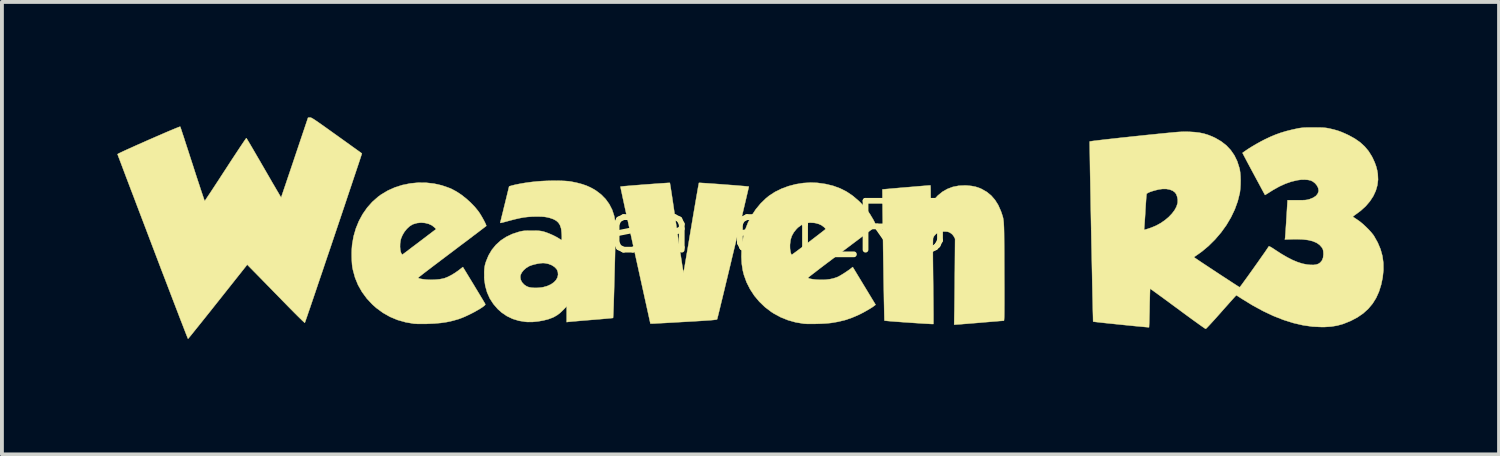
<source format=kicad_pcb>
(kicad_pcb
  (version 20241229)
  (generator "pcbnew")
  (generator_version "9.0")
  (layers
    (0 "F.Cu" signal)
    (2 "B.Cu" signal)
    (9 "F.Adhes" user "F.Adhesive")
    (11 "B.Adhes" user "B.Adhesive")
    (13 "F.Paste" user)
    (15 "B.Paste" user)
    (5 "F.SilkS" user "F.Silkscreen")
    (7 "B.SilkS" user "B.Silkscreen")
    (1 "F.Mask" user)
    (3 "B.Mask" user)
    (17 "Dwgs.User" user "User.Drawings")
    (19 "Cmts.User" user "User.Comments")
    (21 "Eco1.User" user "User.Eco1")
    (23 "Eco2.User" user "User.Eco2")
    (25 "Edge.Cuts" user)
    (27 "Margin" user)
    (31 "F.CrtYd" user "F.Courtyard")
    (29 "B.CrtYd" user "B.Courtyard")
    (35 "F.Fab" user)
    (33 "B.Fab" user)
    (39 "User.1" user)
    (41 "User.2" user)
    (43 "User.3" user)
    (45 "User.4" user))
  (footprint "Weaven_R3"
    (layer "F.Cu")
    (at 16.454 2.86)
    (property "Reference" "Weaven_R3" (at 0 0 0) (layer "F.SilkS") (effects (font (size 1.27 1.27) (thickness 0.15))))
    (attr through_hole)
    (fp_poly (pts (xy 1.743 -1.157) (xy 1.955 -1.127) (xy 2.15 -1.08) (xy 2.331 -1.014) (xy 2.5 -0.929) (xy 2.659 -0.822) (xy 2.812 -0.692) (xy 2.864 -0.642) (xy 2.994 -0.5) (xy 3.103 -0.354) (xy 3.197 -0.197) (xy 3.218 -0.156) (xy 3.276 -0.039) (xy 2.387 0.63) (xy 2.255 0.729) (xy 2.129 0.825) (xy 2.009 0.915) (xy 1.899 0.998) (xy 1.799 1.074) (xy 1.711 1.142) (xy 1.637 1.199) (xy 1.576 1.246) (xy 1.532 1.28) (xy 1.506 1.302) (xy 1.499 1.308) (xy 1.511 1.321) (xy 1.544 1.333) (xy 1.594 1.343) (xy 1.656 1.352) (xy 1.727 1.359) (xy 1.802 1.362) (xy 1.876 1.363) (xy 1.946 1.361) (xy 1.967 1.359) (xy 2.07 1.346) (xy 2.157 1.327) (xy 2.237 1.301) (xy 2.273 1.287) (xy 2.313 1.266) (xy 2.368 1.234) (xy 2.431 1.195) (xy 2.496 1.152) (xy 2.558 1.11) (xy 2.609 1.072) (xy 2.623 1.061) (xy 2.661 1.031) (xy 3.255 2.011) (xy 3.226 2.034) (xy 3.183 2.066) (xy 3.122 2.105) (xy 3.049 2.148) (xy 2.97 2.193) (xy 2.89 2.236) (xy 2.814 2.274) (xy 2.813 2.274) (xy 2.636 2.35) (xy 2.459 2.41) (xy 2.275 2.454) (xy 2.097 2.484) (xy 2.029 2.491) (xy 1.943 2.498) (xy 1.848 2.503) (xy 1.747 2.506) (xy 1.646 2.509) (xy 1.552 2.509) (xy 1.47 2.508) (xy 1.406 2.504) (xy 1.389 2.503) (xy 1.175 2.467) (xy 0.975 2.411) (xy 0.785 2.334) (xy 0.603 2.235) (xy 0.547 2.199) (xy 0.382 2.074) (xy 0.234 1.932) (xy 0.103 1.776) (xy -0.008 1.606) (xy -0.099 1.426) (xy -0.167 1.237) (xy -0.197 1.118) (xy -0.223 0.948) (xy -0.233 0.764) (xy -0.228 0.574) (xy -0.219 0.492) (xy 1.029 0.492) (xy 1.031 0.555) (xy 1.039 0.613) (xy 1.049 0.662) (xy 1.062 0.696) (xy 1.076 0.711) (xy 1.078 0.711) (xy 1.089 0.704) (xy 1.119 0.682) (xy 1.164 0.649) (xy 1.224 0.605) (xy 1.294 0.552) (xy 1.375 0.491) (xy 1.462 0.425) (xy 1.505 0.393) (xy 1.596 0.324) (xy 1.681 0.259) (xy 1.758 0.2) (xy 1.824 0.149) (xy 1.878 0.107) (xy 1.917 0.077) (xy 1.939 0.059) (xy 1.943 0.055) (xy 1.952 0.042) (xy 1.948 0.028) (xy 1.929 0.007) (xy 1.911 -0.009) (xy 1.85 -0.055) (xy 1.781 -0.087) (xy 1.698 -0.11) (xy 1.659 -0.117) (xy 1.542 -0.123) (xy 1.433 -0.106) (xy 1.333 -0.065) (xy 1.241 0.0004) (xy 1.199 0.042) (xy 1.127 0.132) (xy 1.076 0.225) (xy 1.044 0.327) (xy 1.03 0.443) (xy 1.029 0.492) (xy -0.219 0.492) (xy -0.208 0.384) (xy -0.173 0.201) (xy -0.133 0.056) (xy -0.061 -0.126) (xy 0.031 -0.303) (xy 0.141 -0.469) (xy 0.267 -0.621) (xy 0.405 -0.755) (xy 0.489 -0.823) (xy 0.64 -0.921) (xy 0.808 -1.004) (xy 0.989 -1.071) (xy 1.179 -1.121) (xy 1.373 -1.152) (xy 1.567 -1.164) (xy 1.743 -1.157)) (stroke (width 0.01) (type solid)) (fill yes) (layer "F.SilkS"))
    (fp_poly (pts (xy -1.286 -1.156) (xy -1.231 -1.152) (xy -1.159 -1.148) (xy -1.073 -1.142) (xy -0.977 -1.135) (xy -0.872 -1.128) (xy -0.763 -1.12) (xy -0.652 -1.111) (xy -0.542 -1.103) (xy -0.436 -1.095) (xy -0.336 -1.087) (xy -0.246 -1.079) (xy -0.169 -1.073) (xy -0.107 -1.067) (xy -0.064 -1.063) (xy -0.042 -1.06) (xy -0.04 -1.06) (xy -0.042 -1.047) (xy -0.05 -1.011) (xy -0.063 -0.955) (xy -0.081 -0.878) (xy -0.103 -0.784) (xy -0.129 -0.673) (xy -0.158 -0.549) (xy -0.191 -0.411) (xy -0.226 -0.262) (xy -0.263 -0.105) (xy -0.303 0.061) (xy -0.343 0.232) (xy -0.385 0.408) (xy -0.428 0.586) (xy -0.471 0.764) (xy -0.513 0.942) (xy -0.555 1.117) (xy -0.596 1.288) (xy -0.636 1.453) (xy -0.673 1.609) (xy -0.709 1.757) (xy -0.742 1.893) (xy -0.772 2.016) (xy -0.798 2.125) (xy -0.821 2.217) (xy -0.839 2.291) (xy -0.853 2.345) (xy -0.861 2.378) (xy -0.864 2.388) (xy -0.869 2.392) (xy -0.882 2.396) (xy -0.904 2.4) (xy -0.937 2.404) (xy -0.983 2.409) (xy -1.042 2.414) (xy -1.118 2.419) (xy -1.212 2.425) (xy -1.325 2.433) (xy -1.458 2.441) (xy -1.615 2.45) (xy -1.704 2.455) (xy -1.847 2.463) (xy -1.984 2.471) (xy -2.112 2.478) (xy -2.228 2.485) (xy -2.331 2.49) (xy -2.418 2.495) (xy -2.487 2.499) (xy -2.536 2.501) (xy -2.562 2.502) (xy -2.566 2.502) (xy -2.598 2.502) (xy -2.99 0.724) (xy -3.036 0.516) (xy -3.08 0.315) (xy -3.122 0.122) (xy -3.162 -0.062) (xy -3.2 -0.234) (xy -3.235 -0.394) (xy -3.267 -0.54) (xy -3.295 -0.671) (xy -3.32 -0.785) (xy -3.34 -0.881) (xy -3.357 -0.958) (xy -3.368 -1.014) (xy -3.375 -1.049) (xy -3.377 -1.059) (xy -3.363 -1.061) (xy -3.327 -1.065) (xy -3.271 -1.071) (xy -3.199 -1.077) (xy -3.113 -1.084) (xy -3.017 -1.092) (xy -2.913 -1.1) (xy -2.804 -1.109) (xy -2.693 -1.117) (xy -2.584 -1.125) (xy -2.478 -1.133) (xy -2.38 -1.14) (xy -2.291 -1.146) (xy -2.215 -1.151) (xy -2.155 -1.155) (xy -2.114 -1.157) (xy -2.094 -1.157) (xy -2.093 -1.157) (xy -2.09 -1.143) (xy -2.084 -1.107) (xy -2.074 -1.048) (xy -2.062 -0.97) (xy -2.047 -0.874) (xy -2.03 -0.761) (xy -2.011 -0.634) (xy -1.99 -0.493) (xy -1.968 -0.342) (xy -1.945 -0.182) (xy -1.92 -0.014) (xy -1.915 0.022) (xy -1.891 0.191) (xy -1.867 0.352) (xy -1.845 0.504) (xy -1.824 0.644) (xy -1.804 0.771) (xy -1.787 0.884) (xy -1.772 0.981) (xy -1.759 1.06) (xy -1.749 1.119) (xy -1.742 1.157) (xy -1.738 1.172) (xy -1.737 1.172) (xy -1.734 1.156) (xy -1.727 1.117) (xy -1.716 1.057) (xy -1.702 0.977) (xy -1.685 0.879) (xy -1.666 0.765) (xy -1.644 0.637) (xy -1.62 0.497) (xy -1.595 0.345) (xy -1.568 0.185) (xy -1.54 0.018) (xy -1.537 0) (xy -1.509 -0.168) (xy -1.482 -0.328) (xy -1.456 -0.479) (xy -1.432 -0.62) (xy -1.41 -0.748) (xy -1.39 -0.862) (xy -1.373 -0.96) (xy -1.359 -1.04) (xy -1.347 -1.101) (xy -1.34 -1.14) (xy -1.336 -1.157) (xy -1.336 -1.157) (xy -1.322 -1.157) (xy -1.286 -1.156)) (stroke (width 0.01) (type solid)) (fill yes) (layer "F.SilkS"))
    (fp_poly (pts (xy -8.427 -1.16) (xy -8.221 -1.137) (xy -8.019 -1.091) (xy -7.824 -1.023) (xy -7.761 -0.996) (xy -7.64 -0.931) (xy -7.514 -0.848) (xy -7.389 -0.75) (xy -7.27 -0.643) (xy -7.162 -0.531) (xy -7.071 -0.419) (xy -7.05 -0.389) (xy -7.018 -0.34) (xy -6.984 -0.284) (xy -6.95 -0.224) (xy -6.919 -0.167) (xy -6.893 -0.115) (xy -6.874 -0.073) (xy -6.865 -0.046) (xy -6.864 -0.038) (xy -6.875 -0.029) (xy -6.905 -0.006) (xy -6.952 0.03) (xy -7.015 0.078) (xy -7.092 0.137) (xy -7.183 0.205) (xy -7.284 0.282) (xy -7.396 0.367) (xy -7.517 0.457) (xy -7.644 0.553) (xy -7.753 0.636) (xy -7.885 0.735) (xy -8.011 0.83) (xy -8.13 0.92) (xy -8.24 1.003) (xy -8.339 1.079) (xy -8.426 1.145) (xy -8.501 1.202) (xy -8.56 1.249) (xy -8.603 1.282) (xy -8.629 1.303) (xy -8.636 1.31) (xy -8.624 1.321) (xy -8.59 1.332) (xy -8.538 1.343) (xy -8.472 1.352) (xy -8.402 1.359) (xy -8.296 1.363) (xy -8.186 1.359) (xy -8.08 1.349) (xy -7.986 1.331) (xy -7.948 1.321) (xy -7.869 1.29) (xy -7.78 1.245) (xy -7.685 1.188) (xy -7.592 1.124) (xy -7.568 1.105) (xy -7.472 1.031) (xy -7.184 1.504) (xy -7.124 1.604) (xy -7.067 1.698) (xy -7.016 1.783) (xy -6.971 1.857) (xy -6.935 1.918) (xy -6.908 1.963) (xy -6.893 1.991) (xy -6.889 1.998) (xy -6.895 2.016) (xy -6.922 2.042) (xy -6.965 2.074) (xy -7.023 2.112) (xy -7.093 2.153) (xy -7.17 2.197) (xy -7.253 2.24) (xy -7.337 2.281) (xy -7.421 2.32) (xy -7.501 2.353) (xy -7.574 2.38) (xy -7.592 2.386) (xy -7.739 2.428) (xy -7.889 2.461) (xy -8.046 2.484) (xy -8.216 2.499) (xy -8.405 2.507) (xy -8.414 2.508) (xy -8.497 2.509) (xy -8.578 2.509) (xy -8.651 2.508) (xy -8.71 2.505) (xy -8.744 2.503) (xy -8.964 2.465) (xy -9.172 2.406) (xy -9.368 2.324) (xy -9.551 2.22) (xy -9.723 2.094) (xy -9.825 2.003) (xy -9.971 1.847) (xy -10.095 1.678) (xy -10.197 1.498) (xy -10.275 1.308) (xy -10.33 1.106) (xy -10.344 1.037) (xy -10.353 0.964) (xy -10.359 0.873) (xy -10.362 0.771) (xy -10.363 0.666) (xy -10.36 0.565) (xy -10.355 0.505) (xy -9.106 0.505) (xy -9.1 0.581) (xy -9.087 0.642) (xy -9.08 0.659) (xy -9.064 0.691) (xy -9.052 0.705) (xy -9.039 0.703) (xy -9.03 0.697) (xy -9.015 0.686) (xy -8.981 0.661) (xy -8.932 0.624) (xy -8.87 0.577) (xy -8.797 0.521) (xy -8.714 0.459) (xy -8.625 0.392) (xy -8.586 0.362) (xy -8.167 0.044) (xy -8.208 0.003) (xy -8.277 -0.052) (xy -8.362 -0.091) (xy -8.458 -0.115) (xy -8.56 -0.123) (xy -8.661 -0.113) (xy -8.758 -0.085) (xy -8.783 -0.075) (xy -8.857 -0.029) (xy -8.928 0.037) (xy -8.992 0.116) (xy -9.044 0.204) (xy -9.081 0.294) (xy -9.093 0.341) (xy -9.104 0.423) (xy -9.106 0.505) (xy -10.355 0.505) (xy -10.353 0.474) (xy -10.35 0.444) (xy -10.313 0.232) (xy -10.254 0.029) (xy -10.175 -0.164) (xy -10.077 -0.345) (xy -9.961 -0.511) (xy -9.828 -0.661) (xy -9.679 -0.793) (xy -9.6 -0.851) (xy -9.426 -0.955) (xy -9.239 -1.039) (xy -9.044 -1.101) (xy -8.841 -1.142) (xy -8.635 -1.162) (xy -8.427 -1.16)) (stroke (width 0.01) (type solid)) (fill yes) (layer "F.SilkS"))
    (fp_poly (pts (xy 4.682 -1.08) (xy 4.684 -1.047) (xy 4.685 -0.996) (xy 4.686 -0.932) (xy 4.686 -0.864) (xy 4.687 -0.791) (xy 4.689 -0.727) (xy 4.691 -0.677) (xy 4.694 -0.645) (xy 4.697 -0.635) (xy 4.71 -0.644) (xy 4.733 -0.669) (xy 4.761 -0.703) (xy 4.761 -0.703) (xy 4.869 -0.824) (xy 4.989 -0.923) (xy 5.12 -0.998) (xy 5.263 -1.052) (xy 5.417 -1.082) (xy 5.582 -1.09) (xy 5.626 -1.088) (xy 5.749 -1.076) (xy 5.857 -1.055) (xy 5.958 -1.021) (xy 6.014 -0.996) (xy 6.145 -0.921) (xy 6.26 -0.827) (xy 6.359 -0.713) (xy 6.443 -0.579) (xy 6.511 -0.425) (xy 6.529 -0.376) (xy 6.539 -0.344) (xy 6.549 -0.315) (xy 6.557 -0.288) (xy 6.565 -0.261) (xy 6.571 -0.232) (xy 6.576 -0.2) (xy 6.581 -0.163) (xy 6.585 -0.12) (xy 6.588 -0.068) (xy 6.591 -0.006) (xy 6.593 0.067) (xy 6.595 0.153) (xy 6.596 0.254) (xy 6.597 0.371) (xy 6.598 0.506) (xy 6.599 0.661) (xy 6.599 0.838) (xy 6.6 1.037) (xy 6.6 1.146) (xy 6.601 1.361) (xy 6.602 1.551) (xy 6.602 1.719) (xy 6.602 1.865) (xy 6.602 1.99) (xy 6.601 2.097) (xy 6.601 2.187) (xy 6.6 2.259) (xy 6.599 2.317) (xy 6.597 2.361) (xy 6.595 2.393) (xy 6.593 2.413) (xy 6.591 2.424) (xy 6.589 2.426) (xy 6.573 2.427) (xy 6.535 2.43) (xy 6.476 2.434) (xy 6.4 2.441) (xy 6.308 2.448) (xy 6.204 2.457) (xy 6.09 2.466) (xy 5.969 2.477) (xy 5.847 2.487) (xy 5.731 2.496) (xy 5.625 2.505) (xy 5.532 2.512) (xy 5.453 2.519) (xy 5.391 2.523) (xy 5.35 2.526) (xy 5.331 2.527) (xy 5.297 2.527) (xy 5.302 2.226) (xy 5.304 2.158) (xy 5.305 2.068) (xy 5.306 1.959) (xy 5.308 1.834) (xy 5.309 1.698) (xy 5.311 1.553) (xy 5.312 1.402) (xy 5.313 1.249) (xy 5.315 1.11) (xy 5.321 0.296) (xy 5.292 0.24) (xy 5.252 0.185) (xy 5.202 0.146) (xy 5.167 0.127) (xy 5.136 0.115) (xy 5.099 0.11) (xy 5.049 0.108) (xy 5.037 0.108) (xy 4.97 0.11) (xy 4.921 0.119) (xy 4.885 0.132) (xy 4.823 0.173) (xy 4.776 0.224) (xy 4.75 0.277) (xy 4.748 0.297) (xy 4.746 0.338) (xy 4.745 0.401) (xy 4.744 0.486) (xy 4.744 0.593) (xy 4.744 0.723) (xy 4.745 0.877) (xy 4.747 1.054) (xy 4.749 1.256) (xy 4.751 1.414) (xy 4.753 1.578) (xy 4.754 1.735) (xy 4.756 1.883) (xy 4.757 2.019) (xy 4.758 2.143) (xy 4.759 2.252) (xy 4.759 2.344) (xy 4.759 2.418) (xy 4.759 2.472) (xy 4.758 2.504) (xy 4.757 2.512) (xy 4.743 2.512) (xy 4.707 2.511) (xy 4.652 2.508) (xy 4.58 2.504) (xy 4.494 2.499) (xy 4.398 2.493) (xy 4.294 2.486) (xy 4.186 2.479) (xy 4.076 2.471) (xy 3.967 2.464) (xy 3.862 2.456) (xy 3.764 2.449) (xy 3.677 2.442) (xy 3.602 2.436) (xy 3.544 2.43) (xy 3.504 2.426) (xy 3.486 2.423) (xy 3.486 2.423) (xy 3.485 2.41) (xy 3.483 2.373) (xy 3.482 2.314) (xy 3.48 2.236) (xy 3.478 2.139) (xy 3.476 2.026) (xy 3.473 1.898) (xy 3.471 1.757) (xy 3.468 1.605) (xy 3.465 1.444) (xy 3.462 1.276) (xy 3.46 1.102) (xy 3.457 0.924) (xy 3.454 0.744) (xy 3.451 0.564) (xy 3.449 0.385) (xy 3.446 0.21) (xy 3.443 0.04) (xy 3.441 -0.123) (xy 3.439 -0.278) (xy 3.437 -0.422) (xy 3.436 -0.554) (xy 3.434 -0.671) (xy 3.433 -0.773) (xy 3.433 -0.857) (xy 3.432 -0.921) (xy 3.432 -0.965) (xy 3.433 -0.985) (xy 3.433 -0.986) (xy 3.446 -0.988) (xy 3.481 -0.991) (xy 3.535 -0.996) (xy 3.606 -1.002) (xy 3.69 -1.01) (xy 3.785 -1.018) (xy 3.888 -1.027) (xy 3.995 -1.036) (xy 4.104 -1.045) (xy 4.211 -1.054) (xy 4.315 -1.063) (xy 4.411 -1.071) (xy 4.497 -1.078) (xy 4.57 -1.084) (xy 4.626 -1.089) (xy 4.664 -1.091) (xy 4.679 -1.092) (xy 4.682 -1.08)) (stroke (width 0.01) (type solid)) (fill yes) (layer "F.SilkS"))
    (fp_poly (pts (xy -4.921 -1.211) (xy -4.814 -1.206) (xy -4.723 -1.199) (xy -4.661 -1.19) (xy -4.509 -1.159) (xy -4.377 -1.124) (xy -4.26 -1.084) (xy -4.155 -1.037) (xy -4.055 -0.982) (xy -4.016 -0.958) (xy -3.879 -0.854) (xy -3.762 -0.735) (xy -3.667 -0.603) (xy -3.592 -0.457) (xy -3.54 -0.298) (xy -3.51 -0.128) (xy -3.507 -0.1) (xy -3.506 -0.073) (xy -3.506 -0.024) (xy -3.506 0.046) (xy -3.507 0.133) (xy -3.509 0.235) (xy -3.511 0.351) (xy -3.513 0.479) (xy -3.516 0.616) (xy -3.519 0.761) (xy -3.523 0.91) (xy -3.527 1.062) (xy -3.531 1.216) (xy -3.535 1.368) (xy -3.539 1.516) (xy -3.543 1.66) (xy -3.547 1.795) (xy -3.551 1.921) (xy -3.554 2.035) (xy -3.558 2.135) (xy -3.561 2.218) (xy -3.564 2.284) (xy -3.567 2.329) (xy -3.569 2.352) (xy -3.569 2.354) (xy -3.583 2.356) (xy -3.619 2.36) (xy -3.675 2.365) (xy -3.749 2.372) (xy -3.838 2.38) (xy -3.94 2.389) (xy -4.051 2.398) (xy -4.14 2.405) (xy -4.259 2.415) (xy -4.37 2.424) (xy -4.472 2.433) (xy -4.562 2.441) (xy -4.636 2.447) (xy -4.693 2.453) (xy -4.729 2.456) (xy -4.74 2.457) (xy -4.775 2.463) (xy -4.775 2.052) (xy -4.861 2.142) (xy -4.942 2.22) (xy -5.021 2.28) (xy -5.105 2.329) (xy -5.14 2.345) (xy -5.253 2.387) (xy -5.383 2.42) (xy -5.521 2.444) (xy -5.659 2.458) (xy -5.788 2.459) (xy -5.842 2.455) (xy -6.018 2.427) (xy -6.18 2.377) (xy -6.33 2.305) (xy -6.468 2.211) (xy -6.567 2.122) (xy -6.68 1.991) (xy -6.773 1.847) (xy -6.843 1.69) (xy -6.89 1.523) (xy -6.916 1.345) (xy -6.916 1.292) (xy -5.981 1.292) (xy -5.969 1.362) (xy -5.935 1.428) (xy -5.883 1.486) (xy -5.817 1.531) (xy -5.762 1.553) (xy -5.692 1.567) (xy -5.606 1.573) (xy -5.514 1.571) (xy -5.423 1.561) (xy -5.387 1.555) (xy -5.28 1.525) (xy -5.187 1.483) (xy -5.11 1.43) (xy -5.052 1.37) (xy -5.014 1.303) (xy -4.998 1.231) (xy -5.003 1.166) (xy -5.016 1.124) (xy -5.035 1.086) (xy -5.039 1.081) (xy -5.094 1.026) (xy -5.167 0.98) (xy -5.252 0.948) (xy -5.343 0.93) (xy -5.391 0.927) (xy -5.455 0.932) (xy -5.532 0.944) (xy -5.611 0.962) (xy -5.685 0.983) (xy -5.744 1.005) (xy -5.752 1.009) (xy -5.83 1.057) (xy -5.896 1.115) (xy -5.944 1.177) (xy -5.974 1.241) (xy -5.981 1.292) (xy -6.916 1.292) (xy -6.918 1.163) (xy -6.914 1.087) (xy -6.907 1.026) (xy -6.896 0.971) (xy -6.879 0.913) (xy -6.871 0.889) (xy -6.805 0.728) (xy -6.719 0.583) (xy -6.614 0.455) (xy -6.491 0.343) (xy -6.349 0.249) (xy -6.19 0.173) (xy -6.022 0.118) (xy -5.973 0.105) (xy -5.929 0.096) (xy -5.885 0.09) (xy -5.835 0.087) (xy -5.771 0.085) (xy -5.689 0.085) (xy -5.683 0.085) (xy -5.597 0.085) (xy -5.531 0.087) (xy -5.478 0.091) (xy -5.434 0.097) (xy -5.392 0.106) (xy -5.368 0.112) (xy -5.295 0.136) (xy -5.211 0.169) (xy -5.125 0.207) (xy -5.045 0.248) (xy -4.98 0.286) (xy -4.971 0.292) (xy -4.938 0.313) (xy -4.915 0.327) (xy -4.908 0.33) (xy -4.903 0.319) (xy -4.901 0.287) (xy -4.901 0.242) (xy -4.903 0.189) (xy -4.907 0.134) (xy -4.912 0.081) (xy -4.918 0.038) (xy -4.922 0.019) (xy -4.949 -0.059) (xy -4.989 -0.122) (xy -5.044 -0.172) (xy -5.116 -0.212) (xy -5.21 -0.245) (xy -5.251 -0.255) (xy -5.306 -0.267) (xy -5.359 -0.275) (xy -5.418 -0.279) (xy -5.49 -0.281) (xy -5.563 -0.282) (xy -5.677 -0.279) (xy -5.783 -0.272) (xy -5.886 -0.26) (xy -5.994 -0.24) (xy -6.113 -0.213) (xy -6.234 -0.182) (xy -6.323 -0.158) (xy -6.389 -0.14) (xy -6.438 -0.127) (xy -6.47 -0.12) (xy -6.49 -0.116) (xy -6.499 -0.117) (xy -6.502 -0.122) (xy -6.5 -0.129) (xy -6.498 -0.135) (xy -6.494 -0.152) (xy -6.484 -0.192) (xy -6.47 -0.25) (xy -6.452 -0.324) (xy -6.43 -0.411) (xy -6.407 -0.508) (xy -6.381 -0.612) (xy -6.381 -0.612) (xy -6.27 -1.066) (xy -6.205 -1.085) (xy -6.111 -1.109) (xy -5.995 -1.132) (xy -5.863 -1.155) (xy -5.72 -1.175) (xy -5.653 -1.183) (xy -5.543 -1.194) (xy -5.422 -1.203) (xy -5.295 -1.209) (xy -5.166 -1.212) (xy -5.039 -1.213) (xy -4.921 -1.211)) (stroke (width 0.01) (type solid)) (fill yes) (layer "F.SilkS"))
    (fp_poly (pts (xy -11.441 -2.855) (xy -11.428 -2.853) (xy -11.412 -2.847) (xy -11.391 -2.836) (xy -11.363 -2.82) (xy -11.327 -2.797) (xy -11.281 -2.766) (xy -11.224 -2.727) (xy -11.153 -2.677) (xy -11.068 -2.617) (xy -10.967 -2.545) (xy -10.847 -2.459) (xy -10.754 -2.393) (xy -10.64 -2.311) (xy -10.532 -2.234) (xy -10.432 -2.162) (xy -10.342 -2.097) (xy -10.263 -2.041) (xy -10.198 -1.994) (xy -10.147 -1.958) (xy -10.114 -1.933) (xy -10.098 -1.923) (xy -10.098 -1.922) (xy -10.101 -1.91) (xy -10.112 -1.875) (xy -10.13 -1.819) (xy -10.155 -1.743) (xy -10.186 -1.649) (xy -10.223 -1.539) (xy -10.265 -1.413) (xy -10.312 -1.273) (xy -10.363 -1.12) (xy -10.418 -0.957) (xy -10.476 -0.784) (xy -10.536 -0.603) (xy -10.599 -0.416) (xy -10.664 -0.223) (xy -10.73 -0.027) (xy -10.797 0.172) (xy -10.864 0.371) (xy -10.931 0.57) (xy -10.998 0.766) (xy -11.063 0.959) (xy -11.126 1.147) (xy -11.188 1.328) (xy -11.247 1.502) (xy -11.302 1.666) (xy -11.354 1.819) (xy -11.402 1.96) (xy -11.445 2.087) (xy -11.484 2.199) (xy -11.516 2.294) (xy -11.543 2.372) (xy -11.563 2.429) (xy -11.576 2.466) (xy -11.581 2.48) (xy -11.581 2.48) (xy -11.592 2.473) (xy -11.618 2.449) (xy -11.659 2.411) (xy -11.712 2.359) (xy -11.776 2.296) (xy -11.85 2.222) (xy -11.931 2.14) (xy -12.018 2.052) (xy -12.053 2.016) (xy -12.154 1.913) (xy -12.26 1.804) (xy -12.367 1.695) (xy -12.472 1.587) (xy -12.572 1.485) (xy -12.664 1.391) (xy -12.743 1.31) (xy -12.796 1.256) (xy -13.078 0.969) (xy -13.842 1.932) (xy -13.951 2.069) (xy -14.055 2.2) (xy -14.154 2.324) (xy -14.246 2.439) (xy -14.33 2.544) (xy -14.406 2.638) (xy -14.472 2.72) (xy -14.526 2.788) (xy -14.569 2.84) (xy -14.599 2.876) (xy -14.614 2.894) (xy -14.616 2.896) (xy -14.622 2.884) (xy -14.636 2.85) (xy -14.658 2.794) (xy -14.688 2.718) (xy -14.725 2.622) (xy -14.769 2.508) (xy -14.82 2.378) (xy -14.876 2.231) (xy -14.938 2.07) (xy -15.005 1.895) (xy -15.077 1.707) (xy -15.153 1.508) (xy -15.233 1.299) (xy -15.317 1.081) (xy -15.403 0.854) (xy -15.492 0.621) (xy -15.536 0.505) (xy -15.626 0.268) (xy -15.713 0.038) (xy -15.798 -0.185) (xy -15.88 -0.4) (xy -15.958 -0.605) (xy -16.031 -0.799) (xy -16.101 -0.981) (xy -16.165 -1.15) (xy -16.224 -1.305) (xy -16.277 -1.445) (xy -16.323 -1.568) (xy -16.363 -1.674) (xy -16.396 -1.761) (xy -16.422 -1.829) (xy -16.439 -1.875) (xy -16.448 -1.899) (xy -16.449 -1.903) (xy -16.438 -1.91) (xy -16.407 -1.927) (xy -16.356 -1.951) (xy -16.289 -1.983) (xy -16.208 -2.02) (xy -16.114 -2.062) (xy -16.011 -2.109) (xy -15.901 -2.158) (xy -15.785 -2.209) (xy -15.666 -2.262) (xy -15.547 -2.314) (xy -15.43 -2.365) (xy -15.316 -2.414) (xy -15.209 -2.461) (xy -15.11 -2.503) (xy -15.022 -2.54) (xy -14.947 -2.571) (xy -14.887 -2.595) (xy -14.845 -2.611) (xy -14.823 -2.618) (xy -14.82 -2.618) (xy -14.815 -2.605) (xy -14.803 -2.57) (xy -14.784 -2.514) (xy -14.76 -2.439) (xy -14.729 -2.348) (xy -14.695 -2.241) (xy -14.656 -2.121) (xy -14.613 -1.99) (xy -14.568 -1.85) (xy -14.52 -1.702) (xy -14.502 -1.648) (xy -14.454 -1.498) (xy -14.408 -1.355) (xy -14.364 -1.221) (xy -14.323 -1.098) (xy -14.287 -0.987) (xy -14.255 -0.891) (xy -14.228 -0.811) (xy -14.207 -0.75) (xy -14.193 -0.708) (xy -14.185 -0.688) (xy -14.184 -0.686) (xy -14.176 -0.696) (xy -14.155 -0.726) (xy -14.123 -0.775) (xy -14.08 -0.839) (xy -14.027 -0.918) (xy -13.966 -1.011) (xy -13.898 -1.115) (xy -13.823 -1.229) (xy -13.744 -1.351) (xy -13.66 -1.48) (xy -13.644 -1.504) (xy -13.56 -1.634) (xy -13.479 -1.758) (xy -13.403 -1.873) (xy -13.333 -1.979) (xy -13.271 -2.073) (xy -13.216 -2.155) (xy -13.171 -2.222) (xy -13.136 -2.273) (xy -13.113 -2.306) (xy -13.102 -2.319) (xy -13.101 -2.32) (xy -13.093 -2.308) (xy -13.073 -2.277) (xy -13.043 -2.227) (xy -13.003 -2.16) (xy -12.955 -2.078) (xy -12.9 -1.984) (xy -12.838 -1.877) (xy -12.77 -1.761) (xy -12.699 -1.638) (xy -12.645 -1.545) (xy -12.571 -1.417) (xy -12.501 -1.296) (xy -12.436 -1.183) (xy -12.376 -1.081) (xy -12.323 -0.99) (xy -12.278 -0.914) (xy -12.242 -0.852) (xy -12.216 -0.808) (xy -12.201 -0.783) (xy -12.197 -0.778) (xy -12.192 -0.791) (xy -12.18 -0.825) (xy -12.161 -0.881) (xy -12.136 -0.955) (xy -12.105 -1.046) (xy -12.069 -1.152) (xy -12.029 -1.272) (xy -11.984 -1.404) (xy -11.936 -1.546) (xy -11.885 -1.697) (xy -11.845 -1.817) (xy -11.497 -2.851) (xy -11.451 -2.855) (xy -11.441 -2.855)) (stroke (width 0.01) (type solid)) (fill yes) (layer "F.SilkS"))
    (fp_poly (pts (xy 14.736 -2.596) (xy 14.814 -2.595) (xy 14.876 -2.593) (xy 14.928 -2.589) (xy 14.974 -2.584) (xy 15.018 -2.576) (xy 15.062 -2.567) (xy 15.172 -2.541) (xy 15.27 -2.513) (xy 15.366 -2.478) (xy 15.467 -2.434) (xy 15.551 -2.395) (xy 15.711 -2.307) (xy 15.849 -2.211) (xy 15.967 -2.103) (xy 16.068 -1.983) (xy 16.153 -1.847) (xy 16.178 -1.799) (xy 16.229 -1.686) (xy 16.266 -1.584) (xy 16.292 -1.483) (xy 16.308 -1.389) (xy 16.315 -1.241) (xy 16.297 -1.095) (xy 16.256 -0.952) (xy 16.191 -0.812) (xy 16.104 -0.679) (xy 15.996 -0.552) (xy 15.866 -0.434) (xy 15.77 -0.362) (xy 15.725 -0.33) (xy 15.689 -0.303) (xy 15.666 -0.285) (xy 15.66 -0.279) (xy 15.67 -0.27) (xy 15.697 -0.251) (xy 15.737 -0.225) (xy 15.77 -0.203) (xy 15.84 -0.154) (xy 15.917 -0.091) (xy 15.995 -0.019) (xy 16.071 0.056) (xy 16.138 0.13) (xy 16.192 0.197) (xy 16.209 0.222) (xy 16.306 0.394) (xy 16.379 0.566) (xy 16.428 0.742) (xy 16.453 0.924) (xy 16.455 1.111) (xy 16.434 1.307) (xy 16.396 1.489) (xy 16.339 1.671) (xy 16.265 1.835) (xy 16.172 1.984) (xy 16.06 2.117) (xy 15.929 2.236) (xy 15.777 2.34) (xy 15.604 2.431) (xy 15.41 2.509) (xy 15.397 2.513) (xy 15.256 2.552) (xy 15.101 2.578) (xy 14.93 2.589) (xy 14.853 2.59) (xy 14.612 2.579) (xy 14.367 2.544) (xy 14.116 2.486) (xy 13.858 2.405) (xy 13.594 2.301) (xy 13.323 2.173) (xy 13.045 2.021) (xy 12.758 1.845) (xy 12.758 1.845) (xy 12.633 1.764) (xy 12.606 1.79) (xy 12.592 1.805) (xy 12.563 1.837) (xy 12.521 1.884) (xy 12.468 1.943) (xy 12.406 2.013) (xy 12.336 2.091) (xy 12.261 2.176) (xy 12.217 2.226) (xy 12.14 2.312) (xy 12.068 2.393) (xy 12.002 2.465) (xy 11.945 2.527) (xy 11.898 2.577) (xy 11.863 2.614) (xy 11.841 2.634) (xy 11.836 2.637) (xy 11.823 2.631) (xy 11.791 2.61) (xy 11.742 2.576) (xy 11.678 2.531) (xy 11.601 2.475) (xy 11.511 2.411) (xy 11.411 2.338) (xy 11.303 2.259) (xy 11.188 2.174) (xy 11.107 2.114) (xy 10.988 2.027) (xy 10.876 1.944) (xy 10.771 1.867) (xy 10.675 1.797) (xy 10.591 1.736) (xy 10.519 1.684) (xy 10.462 1.642) (xy 10.42 1.613) (xy 10.396 1.597) (xy 10.391 1.594) (xy 10.389 1.607) (xy 10.388 1.643) (xy 10.386 1.699) (xy 10.384 1.772) (xy 10.382 1.86) (xy 10.379 1.959) (xy 10.377 2.066) (xy 10.377 2.095) (xy 10.375 2.204) (xy 10.372 2.306) (xy 10.37 2.397) (xy 10.368 2.474) (xy 10.365 2.535) (xy 10.363 2.576) (xy 10.362 2.596) (xy 10.361 2.597) (xy 10.348 2.597) (xy 10.312 2.594) (xy 10.257 2.589) (xy 10.184 2.582) (xy 10.097 2.574) (xy 9.999 2.565) (xy 9.892 2.554) (xy 9.778 2.543) (xy 9.662 2.531) (xy 9.544 2.519) (xy 9.429 2.507) (xy 9.319 2.496) (xy 9.216 2.485) (xy 9.124 2.475) (xy 9.045 2.466) (xy 8.981 2.459) (xy 8.937 2.453) (xy 8.913 2.45) (xy 8.91 2.449) (xy 8.909 2.436) (xy 8.908 2.399) (xy 8.907 2.339) (xy 8.905 2.259) (xy 8.902 2.16) (xy 8.9 2.043) (xy 8.897 1.909) (xy 8.893 1.761) (xy 8.89 1.6) (xy 8.886 1.427) (xy 8.883 1.244) (xy 8.879 1.053) (xy 8.875 0.854) (xy 8.871 0.651) (xy 8.866 0.443) (xy 8.862 0.232) (xy 8.859 0.065) (xy 10.233 0.065) (xy 10.269 0.056) (xy 10.297 0.048) (xy 10.342 0.034) (xy 10.395 0.016) (xy 10.421 0.007) (xy 10.546 -0.045) (xy 10.664 -0.11) (xy 10.774 -0.185) (xy 10.873 -0.268) (xy 10.958 -0.357) (xy 11.027 -0.448) (xy 11.076 -0.539) (xy 11.104 -0.628) (xy 11.107 -0.65) (xy 11.108 -0.721) (xy 11.095 -0.793) (xy 11.072 -0.857) (xy 11.04 -0.905) (xy 10.981 -0.951) (xy 10.903 -0.982) (xy 10.813 -0.999) (xy 10.712 -0.999) (xy 10.617 -0.986) (xy 10.531 -0.965) (xy 10.453 -0.943) (xy 10.388 -0.921) (xy 10.338 -0.899) (xy 10.308 -0.88) (xy 10.3 -0.87) (xy 10.297 -0.852) (xy 10.293 -0.811) (xy 10.288 -0.751) (xy 10.283 -0.677) (xy 10.277 -0.591) (xy 10.271 -0.496) (xy 10.269 -0.47) (xy 10.264 -0.37) (xy 10.258 -0.275) (xy 10.252 -0.188) (xy 10.247 -0.114) (xy 10.243 -0.056) (xy 10.24 -0.019) (xy 10.24 -0.015) (xy 10.233 0.065) (xy 8.859 0.065) (xy 8.858 0.021) (xy 8.854 -0.189) (xy 8.85 -0.398) (xy 8.846 -0.603) (xy 8.843 -0.802) (xy 8.839 -0.995) (xy 8.836 -1.179) (xy 8.832 -1.354) (xy 8.829 -1.517) (xy 8.827 -1.668) (xy 8.825 -1.804) (xy 8.823 -1.924) (xy 8.821 -2.026) (xy 8.82 -2.11) (xy 8.819 -2.173) (xy 8.819 -2.214) (xy 8.819 -2.232) (xy 8.819 -2.232) (xy 8.833 -2.235) (xy 8.871 -2.241) (xy 8.93 -2.249) (xy 9.009 -2.258) (xy 9.105 -2.27) (xy 9.217 -2.283) (xy 9.343 -2.297) (xy 9.481 -2.312) (xy 9.629 -2.329) (xy 9.785 -2.345) (xy 9.947 -2.363) (xy 10.114 -2.38) (xy 10.283 -2.398) (xy 10.452 -2.415) (xy 10.503 -2.42) (xy 10.658 -2.436) (xy 10.791 -2.449) (xy 10.904 -2.46) (xy 10.999 -2.469) (xy 11.079 -2.476) (xy 11.146 -2.481) (xy 11.204 -2.484) (xy 11.254 -2.486) (xy 11.299 -2.487) (xy 11.342 -2.487) (xy 11.386 -2.485) (xy 11.398 -2.485) (xy 11.544 -2.476) (xy 11.672 -2.461) (xy 11.788 -2.437) (xy 11.899 -2.403) (xy 12.011 -2.358) (xy 12.084 -2.324) (xy 12.237 -2.235) (xy 12.371 -2.131) (xy 12.485 -2.01) (xy 12.58 -1.873) (xy 12.654 -1.721) (xy 12.708 -1.553) (xy 12.72 -1.505) (xy 12.732 -1.426) (xy 12.74 -1.329) (xy 12.743 -1.222) (xy 12.741 -1.113) (xy 12.735 -1.009) (xy 12.725 -0.917) (xy 12.72 -0.889) (xy 12.667 -0.677) (xy 12.591 -0.467) (xy 12.492 -0.26) (xy 12.373 -0.059) (xy 12.234 0.134) (xy 12.078 0.316) (xy 11.907 0.485) (xy 11.742 0.623) (xy 11.692 0.66) (xy 11.641 0.696) (xy 11.6 0.725) (xy 11.589 0.732) (xy 11.557 0.754) (xy 11.536 0.77) (xy 11.532 0.776) (xy 11.542 0.784) (xy 11.571 0.804) (xy 11.617 0.835) (xy 11.677 0.876) (xy 11.749 0.924) (xy 11.831 0.978) (xy 11.92 1.037) (xy 12.014 1.099) (xy 12.111 1.163) (xy 12.208 1.227) (xy 12.303 1.289) (xy 12.394 1.348) (xy 12.478 1.403) (xy 12.553 1.452) (xy 12.617 1.493) (xy 12.668 1.526) (xy 12.702 1.547) (xy 12.718 1.556) (xy 12.719 1.557) (xy 12.727 1.547) (xy 12.749 1.519) (xy 12.782 1.475) (xy 12.824 1.417) (xy 12.874 1.348) (xy 12.931 1.27) (xy 12.992 1.184) (xy 13.056 1.095) (xy 13.121 1.003) (xy 13.186 0.912) (xy 13.248 0.823) (xy 13.307 0.739) (xy 13.361 0.663) (xy 13.407 0.596) (xy 13.444 0.541) (xy 13.471 0.5) (xy 13.477 0.492) (xy 13.49 0.494) (xy 13.521 0.509) (xy 13.566 0.535) (xy 13.622 0.572) (xy 13.635 0.581) (xy 13.802 0.689) (xy 13.955 0.778) (xy 14.096 0.85) (xy 14.227 0.904) (xy 14.35 0.943) (xy 14.468 0.966) (xy 14.548 0.974) (xy 14.637 0.976) (xy 14.707 0.967) (xy 14.764 0.948) (xy 14.811 0.916) (xy 14.813 0.914) (xy 14.859 0.859) (xy 14.886 0.789) (xy 14.896 0.702) (xy 14.895 0.667) (xy 14.891 0.613) (xy 14.882 0.574) (xy 14.867 0.542) (xy 14.852 0.519) (xy 14.793 0.453) (xy 14.715 0.4) (xy 14.618 0.359) (xy 14.5 0.33) (xy 14.362 0.313) (xy 14.202 0.307) (xy 14.112 0.308) (xy 13.892 0.315) (xy 13.899 0.281) (xy 13.901 0.261) (xy 13.904 0.219) (xy 13.909 0.157) (xy 13.914 0.079) (xy 13.92 -0.012) (xy 13.927 -0.113) (xy 13.933 -0.222) (xy 13.934 -0.23) (xy 13.963 -0.707) (xy 14.204 -0.706) (xy 14.292 -0.706) (xy 14.358 -0.707) (xy 14.409 -0.709) (xy 14.449 -0.713) (xy 14.483 -0.719) (xy 14.516 -0.727) (xy 14.536 -0.733) (xy 14.628 -0.77) (xy 14.698 -0.816) (xy 14.744 -0.87) (xy 14.768 -0.932) (xy 14.77 -0.963) (xy 14.759 -1.025) (xy 14.727 -1.087) (xy 14.681 -1.144) (xy 14.623 -1.19) (xy 14.567 -1.218) (xy 14.495 -1.234) (xy 14.408 -1.241) (xy 14.313 -1.239) (xy 14.219 -1.226) (xy 14.218 -1.226) (xy 14.062 -1.189) (xy 13.907 -1.135) (xy 13.749 -1.063) (xy 13.585 -0.971) (xy 13.507 -0.922) (xy 13.457 -0.89) (xy 13.416 -0.865) (xy 13.388 -0.848) (xy 13.378 -0.842) (xy 13.378 -0.842) (xy 13.37 -0.854) (xy 13.353 -0.886) (xy 13.326 -0.935) (xy 13.292 -0.998) (xy 13.252 -1.073) (xy 13.207 -1.157) (xy 13.158 -1.247) (xy 13.107 -1.342) (xy 13.056 -1.437) (xy 13.005 -1.532) (xy 12.957 -1.622) (xy 12.912 -1.706) (xy 12.873 -1.781) (xy 12.839 -1.844) (xy 12.814 -1.893) (xy 12.798 -1.924) (xy 12.792 -1.936) (xy 12.792 -1.936) (xy 12.803 -1.944) (xy 12.829 -1.963) (xy 12.859 -1.984) (xy 12.943 -2.041) (xy 13.044 -2.104) (xy 13.153 -2.168) (xy 13.265 -2.23) (xy 13.372 -2.286) (xy 13.373 -2.286) (xy 13.512 -2.352) (xy 13.645 -2.408) (xy 13.778 -2.456) (xy 13.919 -2.499) (xy 14.075 -2.538) (xy 14.18 -2.561) (xy 14.235 -2.573) (xy 14.283 -2.581) (xy 14.329 -2.587) (xy 14.377 -2.592) (xy 14.432 -2.594) (xy 14.5 -2.596) (xy 14.586 -2.596) (xy 14.637 -2.596) (xy 14.736 -2.596)) (stroke (width 0.01) (type solid)) (fill yes) (layer "F.SilkS")))
  (gr_rect
    (start -3 -3)
    (end 35.914 8.761)
    (stroke (width 0.1) (type default))
    (fill no)
    (layer "Edge.Cuts")))
</source>
